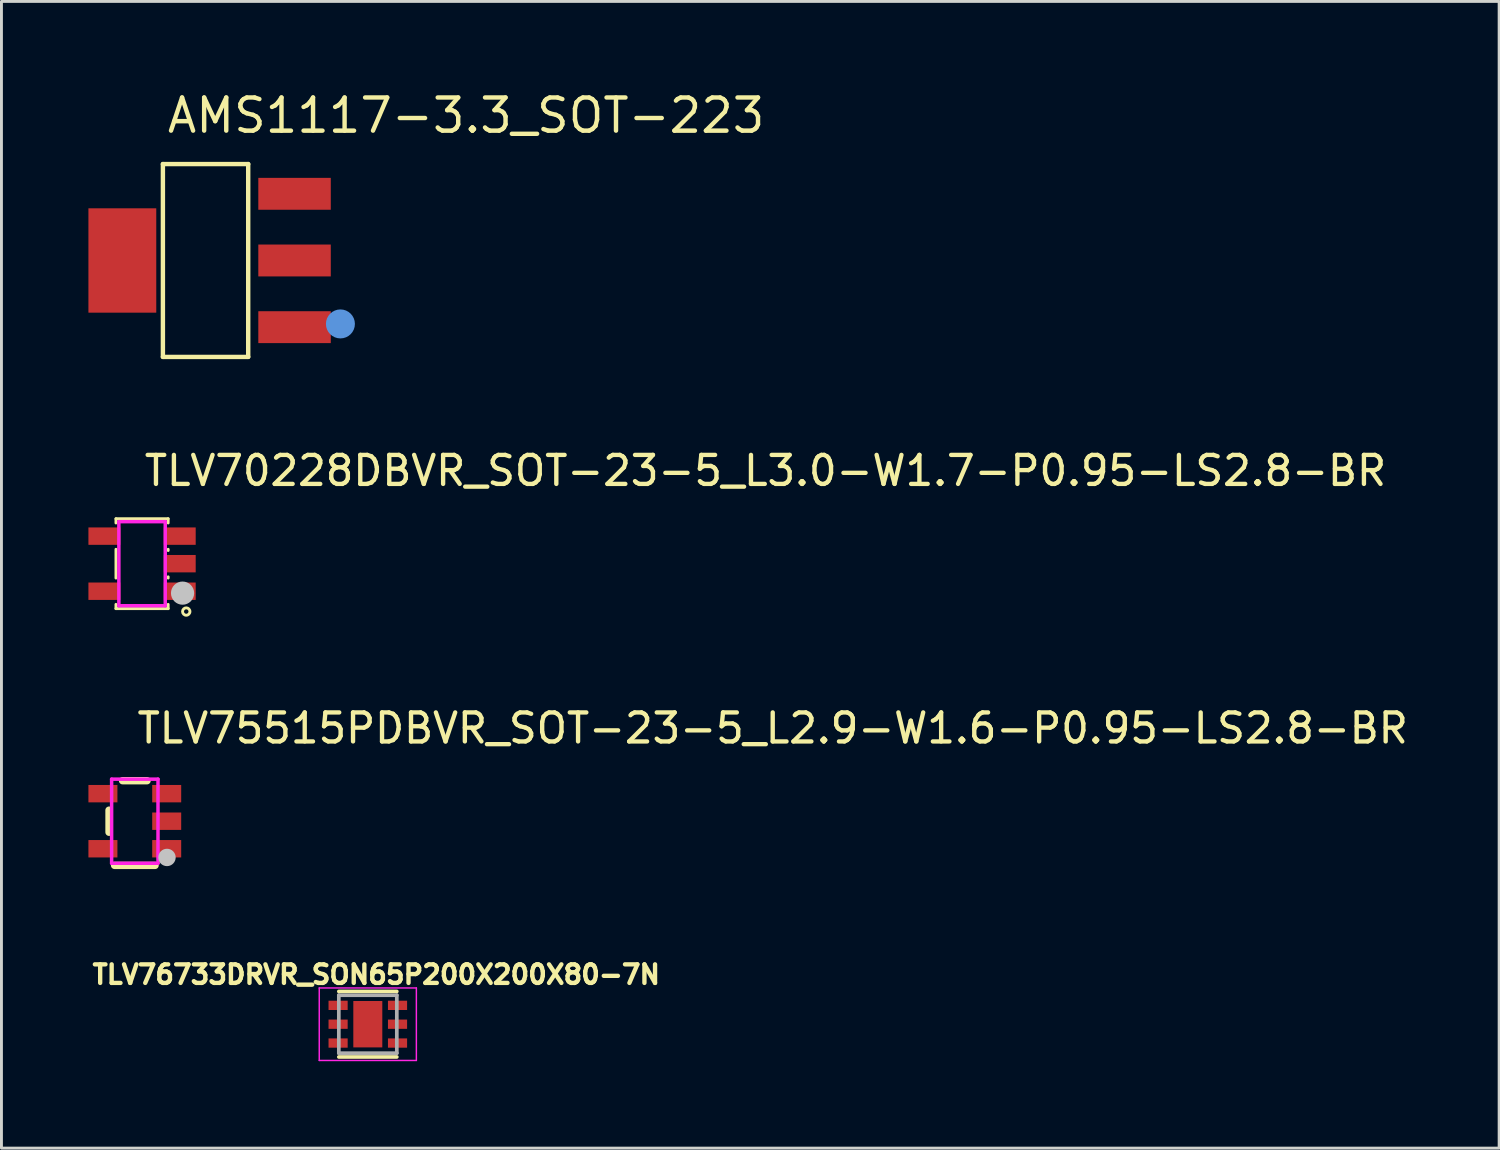
<source format=kicad_pcb>
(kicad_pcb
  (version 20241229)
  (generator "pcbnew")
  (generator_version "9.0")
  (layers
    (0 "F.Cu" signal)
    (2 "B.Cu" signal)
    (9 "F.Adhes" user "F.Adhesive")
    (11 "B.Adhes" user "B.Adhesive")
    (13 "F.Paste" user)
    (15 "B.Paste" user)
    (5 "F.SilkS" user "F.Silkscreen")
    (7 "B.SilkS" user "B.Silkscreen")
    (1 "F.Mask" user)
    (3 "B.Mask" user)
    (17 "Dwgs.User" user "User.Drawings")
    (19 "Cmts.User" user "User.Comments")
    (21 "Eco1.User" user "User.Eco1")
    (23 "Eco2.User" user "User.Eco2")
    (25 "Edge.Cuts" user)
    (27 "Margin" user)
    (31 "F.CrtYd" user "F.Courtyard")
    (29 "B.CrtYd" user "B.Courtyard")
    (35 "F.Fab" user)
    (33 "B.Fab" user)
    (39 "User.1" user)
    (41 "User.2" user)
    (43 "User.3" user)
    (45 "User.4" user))
  (footprint "TLV75515PDBVR_SOT-23-5_L2.9-W1.6-P0.95-LS2.8-BR"
    (layer "F.Cu")
    (at 1.6 25.276)
    (property "Reference" "TLV75515PDBVR_SOT-23-5_L2.9-W1.6-P0.95-LS2.8-BR" (at 0 -3.207 0) (layer "F.SilkS") (effects (font (size 1 1) (thickness 0.15)) (justify left)))
    (attr through_hole)
    (fp_line (start -0.889 0.381) (end -0.889 -0.381) (stroke (width 0.254) (type solid)) (layer "F.SilkS"))
    (fp_line (start -0.698 1.524) (end 0.698 1.524) (stroke (width 0.254) (type solid)) (layer "F.SilkS"))
    (fp_line (start -0.422 -1.397) (end 0.422 -1.397) (stroke (width 0.254) (type solid)) (layer "F.SilkS"))
    (fp_circle (center 1.11 1.25) (end 1.26 1.25) (stroke (width 0.3) (type solid)) (fill no) (layer "Dwgs.User"))
    (fp_line (start -0.96 -1.15) (end -0.79 -1.15) (stroke (width 0.12) (type solid)) (layer "Eco2.User"))
    (fp_line (start -0.96 -0.75) (end -0.96 -1.15) (stroke (width 0.12) (type solid)) (layer "Eco2.User"))
    (fp_line (start -0.96 0.75) (end -0.79 0.75) (stroke (width 0.12) (type solid)) (layer "Eco2.User"))
    (fp_line (start -0.96 1.15) (end -0.96 0.75) (stroke (width 0.12) (type solid)) (layer "Eco2.User"))
    (fp_line (start -0.79 -1.15) (end -0.79 -0.75) (stroke (width 0.12) (type solid)) (layer "Eco2.User"))
    (fp_line (start -0.79 -0.75) (end -0.96 -0.75) (stroke (width 0.12) (type solid)) (layer "Eco2.User"))
    (fp_line (start -0.79 0.75) (end -0.79 1.15) (stroke (width 0.12) (type solid)) (layer "Eco2.User"))
    (fp_line (start -0.79 1.15) (end -0.96 1.15) (stroke (width 0.12) (type solid)) (layer "Eco2.User"))
    (fp_line (start 0.79 -1.15) (end 0.96 -1.15) (stroke (width 0.12) (type solid)) (layer "Eco2.User"))
    (fp_line (start 0.79 -0.75) (end 0.79 -1.15) (stroke (width 0.12) (type solid)) (layer "Eco2.User"))
    (fp_line (start 0.79 -0.2) (end 0.96 -0.2) (stroke (width 0.12) (type solid)) (layer "Eco2.User"))
    (fp_line (start 0.79 0.2) (end 0.79 -0.2) (stroke (width 0.12) (type solid)) (layer "Eco2.User"))
    (fp_line (start 0.79 0.75) (end 0.96 0.75) (stroke (width 0.12) (type solid)) (layer "Eco2.User"))
    (fp_line (start 0.79 1.15) (end 0.79 0.75) (stroke (width 0.12) (type solid)) (layer "Eco2.User"))
    (fp_line (start 0.96 -1.15) (end 0.96 -0.75) (stroke (width 0.12) (type solid)) (layer "Eco2.User"))
    (fp_line (start 0.96 -0.75) (end 0.79 -0.75) (stroke (width 0.12) (type solid)) (layer "Eco2.User"))
    (fp_line (start 0.96 -0.2) (end 0.96 0.2) (stroke (width 0.12) (type solid)) (layer "Eco2.User"))
    (fp_line (start 0.96 0.2) (end 0.79 0.2) (stroke (width 0.12) (type solid)) (layer "Eco2.User"))
    (fp_line (start 0.96 0.75) (end 0.96 1.15) (stroke (width 0.12) (type solid)) (layer "Eco2.User"))
    (fp_line (start 0.96 1.15) (end 0.79 1.15) (stroke (width 0.12) (type solid)) (layer "Eco2.User"))
    (fp_circle (center 1.4 1.45) (end 1.43 1.45) (stroke (width 0.06) (type solid)) (fill no) (layer "Eco2.User"))
    (fp_poly (pts (xy -0.95 -0.75) (xy -1.4 -0.75) (xy -1.4 -1.15) (xy -0.95 -1.15)) (stroke (width 0.12) (type solid)) (fill no) (layer "Eco2.User"))
    (fp_poly (pts (xy -0.95 1.15) (xy -1.4 1.15) (xy -1.4 0.75) (xy -0.95 0.75)) (stroke (width 0.12) (type solid)) (fill no) (layer "Eco2.User"))
    (fp_poly (pts (xy 1.4 -0.75) (xy 0.95 -0.75) (xy 0.95 -1.15) (xy 1.4 -1.15)) (stroke (width 0.12) (type solid)) (fill no) (layer "Eco2.User"))
    (fp_poly (pts (xy 1.4 0.2) (xy 0.95 0.2) (xy 0.95 -0.2) (xy 1.4 -0.2)) (stroke (width 0.12) (type solid)) (fill no) (layer "Eco2.User"))
    (fp_poly (pts (xy 1.4 1.15) (xy 0.95 1.15) (xy 0.95 0.75) (xy 1.4 0.75)) (stroke (width 0.12) (type solid)) (fill no) (layer "Eco2.User"))
    (fp_line (start -0.8 -1.45) (end 0.8 -1.45) (stroke (width 0.12) (type solid)) (layer "F.CrtYd"))
    (fp_line (start -0.8 1.45) (end -0.8 -1.45) (stroke (width 0.12) (type solid)) (layer "F.CrtYd"))
    (fp_line (start 0.8 -1.45) (end 0.8 1.45) (stroke (width 0.12) (type solid)) (layer "F.CrtYd"))
    (fp_line (start 0.8 1.45) (end -0.8 1.45) (stroke (width 0.12) (type solid)) (layer "F.CrtYd"))
    (pad "1" smd rect (at 1.1 0.95 90) (size 0.6 1) (layers "F.Cu" "F.Mask" "F.Paste"))
    (pad "2" smd rect (at 1.1 0 90) (size 0.6 1) (layers "F.Cu" "F.Mask" "F.Paste"))
    (pad "3" smd rect (at 1.1 -0.95 90) (size 0.6 1) (layers "F.Cu" "F.Mask" "F.Paste"))
    (pad "4" smd rect (at -1.1 -0.95 90) (size 0.6 1) (layers "F.Cu" "F.Mask" "F.Paste"))
    (pad "5" smd rect (at -1.1 0.95 90) (size 0.6 1) (layers "F.Cu" "F.Mask" "F.Paste")))
  (footprint "AMS1117-3.3_SOT-223"
    (layer "F.Cu")
    (at 4.14 5.935)
    (property "Reference" "AMS1117-3.3_SOT-223" (at -1.5 -5 0) (layer "F.SilkS") (effects (font (size 1.143 1.143) (thickness 0.152)) (justify left)))
    (attr smd)
    (fp_line (start -1.571 -3.326) (end 1.371 -3.326) (stroke (width 0.152) (type solid)) (layer "F.SilkS"))
    (fp_line (start -1.571 3.326) (end -1.571 -3.326) (stroke (width 0.152) (type solid)) (layer "F.SilkS"))
    (fp_line (start 1.371 -3.326) (end 1.371 3.326) (stroke (width 0.152) (type solid)) (layer "F.SilkS"))
    (fp_line (start 1.371 3.326) (end -1.571 3.326) (stroke (width 0.152) (type solid)) (layer "F.SilkS"))
    (fp_circle (center 4.552 2.188) (end 4.802 2.188) (stroke (width 0.5) (type solid)) (fill no) (layer "Cmts.User"))
    (pad "" smd rect (at -2.97 0) (size 2.34 3.6) (layers "F.Cu" "F.Mask" "F.Paste"))
    (pad "1" smd rect (at 2.97 2.3) (size 2.5 1.1) (layers "F.Cu" "F.Mask" "F.Paste"))
    (pad "2" smd rect (at 2.97 0) (size 2.5 1.1) (layers "F.Cu" "F.Mask" "F.Paste"))
    (pad "3" smd rect (at 2.97 -2.3) (size 2.5 1.1) (layers "F.Cu" "F.Mask" "F.Paste")))
  (footprint "TLV70228DBVR_SOT-23-5_L3.0-W1.7-P0.95-LS2.8-BR"
    (layer "F.Cu")
    (at 1.85 16.393)
    (property "Reference" "TLV70228DBVR_SOT-23-5_L3.0-W1.7-P0.95-LS2.8-BR" (at 0 -3.207 0) (layer "F.SilkS") (effects (font (size 1 1) (thickness 0.15)) (justify left)))
    (attr through_hole)
    (fp_line (start -0.9 -1.55) (end -0.9 -1.404) (stroke (width 0.1) (type solid)) (layer "F.SilkS"))
    (fp_line (start -0.9 -1.55) (end 0.9 -1.55) (stroke (width 0.1) (type solid)) (layer "F.SilkS"))
    (fp_line (start -0.9 -0.496) (end -0.9 0.496) (stroke (width 0.1) (type solid)) (layer "F.SilkS"))
    (fp_line (start -0.9 1.404) (end -0.9 1.55) (stroke (width 0.1) (type solid)) (layer "F.SilkS"))
    (fp_line (start -0.9 1.55) (end 0.9 1.55) (stroke (width 0.1) (type solid)) (layer "F.SilkS"))
    (fp_line (start 0.9 -1.55) (end 0.9 -1.404) (stroke (width 0.1) (type solid)) (layer "F.SilkS"))
    (fp_line (start 0.9 -0.496) (end 0.9 -0.454) (stroke (width 0.1) (type solid)) (layer "F.SilkS"))
    (fp_line (start 0.9 0.454) (end 0.9 0.496) (stroke (width 0.1) (type solid)) (layer "F.SilkS"))
    (fp_line (start 0.9 1.404) (end 0.9 1.55) (stroke (width 0.1) (type solid)) (layer "F.SilkS"))
    (fp_circle (center 1.524 1.651) (end 1.651 1.651) (stroke (width 0.1) (type solid)) (fill no) (layer "F.SilkS"))
    (fp_circle (center 1.397 1.016) (end 1.597 1.016) (stroke (width 0.4) (type solid)) (fill no) (layer "Dwgs.User"))
    (fp_line (start -0.96 -1.15) (end -0.79 -1.15) (stroke (width 0.12) (type solid)) (layer "Eco2.User"))
    (fp_line (start -0.96 -0.75) (end -0.96 -1.15) (stroke (width 0.12) (type solid)) (layer "Eco2.User"))
    (fp_line (start -0.96 0.75) (end -0.79 0.75) (stroke (width 0.12) (type solid)) (layer "Eco2.User"))
    (fp_line (start -0.96 1.15) (end -0.96 0.75) (stroke (width 0.12) (type solid)) (layer "Eco2.User"))
    (fp_line (start -0.79 -1.15) (end -0.79 -0.75) (stroke (width 0.12) (type solid)) (layer "Eco2.User"))
    (fp_line (start -0.79 -0.75) (end -0.96 -0.75) (stroke (width 0.12) (type solid)) (layer "Eco2.User"))
    (fp_line (start -0.79 0.75) (end -0.79 1.15) (stroke (width 0.12) (type solid)) (layer "Eco2.User"))
    (fp_line (start -0.79 1.15) (end -0.96 1.15) (stroke (width 0.12) (type solid)) (layer "Eco2.User"))
    (fp_line (start 0.79 -1.15) (end 0.96 -1.15) (stroke (width 0.12) (type solid)) (layer "Eco2.User"))
    (fp_line (start 0.79 -0.75) (end 0.79 -1.15) (stroke (width 0.12) (type solid)) (layer "Eco2.User"))
    (fp_line (start 0.79 -0.2) (end 0.96 -0.2) (stroke (width 0.12) (type solid)) (layer "Eco2.User"))
    (fp_line (start 0.79 0.2) (end 0.79 -0.2) (stroke (width 0.12) (type solid)) (layer "Eco2.User"))
    (fp_line (start 0.79 0.75) (end 0.96 0.75) (stroke (width 0.12) (type solid)) (layer "Eco2.User"))
    (fp_line (start 0.79 1.15) (end 0.79 0.75) (stroke (width 0.12) (type solid)) (layer "Eco2.User"))
    (fp_line (start 0.96 -1.15) (end 0.96 -0.75) (stroke (width 0.12) (type solid)) (layer "Eco2.User"))
    (fp_line (start 0.96 -0.75) (end 0.79 -0.75) (stroke (width 0.12) (type solid)) (layer "Eco2.User"))
    (fp_line (start 0.96 -0.2) (end 0.96 0.2) (stroke (width 0.12) (type solid)) (layer "Eco2.User"))
    (fp_line (start 0.96 0.2) (end 0.79 0.2) (stroke (width 0.12) (type solid)) (layer "Eco2.User"))
    (fp_line (start 0.96 0.75) (end 0.96 1.15) (stroke (width 0.12) (type solid)) (layer "Eco2.User"))
    (fp_line (start 0.96 1.15) (end 0.79 1.15) (stroke (width 0.12) (type solid)) (layer "Eco2.User"))
    (fp_circle (center 1.4 1.45) (end 1.43 1.45) (stroke (width 0.06) (type solid)) (fill no) (layer "Eco2.User"))
    (fp_poly (pts (xy -1.4 -0.75) (xy -1.4 -1.15) (xy -0.95 -1.15) (xy -0.95 -0.75)) (stroke (width 0.12) (type solid)) (fill no) (layer "Eco2.User"))
    (fp_poly (pts (xy -1.4 1.15) (xy -1.4 0.75) (xy -0.95 0.75) (xy -0.95 1.15)) (stroke (width 0.12) (type solid)) (fill no) (layer "Eco2.User"))
    (fp_poly (pts (xy 0.95 -0.75) (xy 0.95 -1.15) (xy 1.4 -1.15) (xy 1.4 -0.75)) (stroke (width 0.12) (type solid)) (fill no) (layer "Eco2.User"))
    (fp_poly (pts (xy 0.95 0.2) (xy 0.95 -0.2) (xy 1.4 -0.2) (xy 1.4 0.2)) (stroke (width 0.12) (type solid)) (fill no) (layer "Eco2.User"))
    (fp_poly (pts (xy 0.95 1.15) (xy 0.95 0.75) (xy 1.4 0.75) (xy 1.4 1.15)) (stroke (width 0.12) (type solid)) (fill no) (layer "Eco2.User"))
    (fp_line (start -0.8 -1.45) (end 0.8 -1.45) (stroke (width 0.12) (type solid)) (layer "F.CrtYd"))
    (fp_line (start -0.8 1.45) (end -0.8 -1.45) (stroke (width 0.12) (type solid)) (layer "F.CrtYd"))
    (fp_line (start 0.8 -1.45) (end 0.8 1.45) (stroke (width 0.12) (type solid)) (layer "F.CrtYd"))
    (fp_line (start 0.8 1.45) (end -0.8 1.45) (stroke (width 0.12) (type solid)) (layer "F.CrtYd"))
    (pad "1" smd rect (at 1.3 0.95) (size 1.1 0.6) (layers "F.Cu" "F.Mask" "F.Paste"))
    (pad "2" smd rect (at 1.3 0) (size 1.1 0.6) (layers "F.Cu" "F.Mask" "F.Paste"))
    (pad "3" smd rect (at 1.3 -0.95) (size 1.1 0.6) (layers "F.Cu" "F.Mask" "F.Paste"))
    (pad "4" smd rect (at -1.3 -0.95) (size 1.1 0.6) (layers "F.Cu" "F.Mask" "F.Paste"))
    (pad "5" smd rect (at -1.3 0.95) (size 1.1 0.6) (layers "F.Cu" "F.Mask" "F.Paste")))
  (footprint "TLV76733DRVR_SON65P200X200X80-7N"
    (layer "F.Cu")
    (at 9.637 32.278)
    (property "Reference" "TLV76733DRVR_SON65P200X200X80-7N" (at 0.292 -1.713 0) (layer "F.SilkS") (effects (font (size 0.64 0.64) (thickness 0.15))))
    (attr smd)
    (fp_line (start -1 -1.13) (end 1 -1.13) (stroke (width 0.127) (type solid)) (layer "F.SilkS"))
    (fp_line (start -1 1.13) (end 1 1.13) (stroke (width 0.127) (type solid)) (layer "F.SilkS"))
    (fp_poly (pts (xy -0.316 -0.506) (xy 0.316 -0.506) (xy 0.316 0.506) (xy -0.316 0.506)) (stroke (width 0.01) (type solid)) (fill yes) (layer "F.Paste"))
    (fp_line (start -1.675 -1.25) (end -1.675 1.25) (stroke (width 0.05) (type solid)) (layer "F.CrtYd"))
    (fp_line (start -1.675 -1.25) (end 1.675 -1.25) (stroke (width 0.05) (type solid)) (layer "F.CrtYd"))
    (fp_line (start -1.675 1.25) (end 1.675 1.25) (stroke (width 0.05) (type solid)) (layer "F.CrtYd"))
    (fp_line (start 1.675 -1.25) (end 1.675 1.25) (stroke (width 0.05) (type solid)) (layer "F.CrtYd"))
    (fp_line (start -1 -1) (end -1 1) (stroke (width 0.127) (type solid)) (layer "F.Fab"))
    (fp_line (start -1 -1) (end 1 -1) (stroke (width 0.127) (type solid)) (layer "F.Fab"))
    (fp_line (start -1 1) (end 1 1) (stroke (width 0.127) (type solid)) (layer "F.Fab"))
    (fp_line (start 1 -1) (end 1 1) (stroke (width 0.127) (type solid)) (layer "F.Fab"))
    (pad "1" smd rect (at -1.025 -0.65) (size 0.66 0.32) (layers "F.Cu" "F.Mask" "F.Paste"))
    (pad "2" smd rect (at -1.025 0) (size 0.66 0.32) (layers "F.Cu" "F.Mask" "F.Paste"))
    (pad "3" smd rect (at -1.025 0.65) (size 0.66 0.32) (layers "F.Cu" "F.Mask" "F.Paste"))
    (pad "4" smd rect (at 1.025 0.65) (size 0.66 0.32) (layers "F.Cu" "F.Mask" "F.Paste"))
    (pad "5" smd rect (at 1.025 0) (size 0.66 0.32) (layers "F.Cu" "F.Mask" "F.Paste"))
    (pad "6" smd rect (at 1.025 -0.65) (size 0.66 0.32) (layers "F.Cu" "F.Mask" "F.Paste"))
    (pad "7" smd rect (at 0 0 90) (size 1.6 1) (layers "F.Cu" "F.Mask")))
  (gr_rect
    (start -3 -3)
    (end 48.66 36.553)
    (stroke (width 0.1) (type default))
    (fill no)
    (layer "Edge.Cuts")))
</source>
